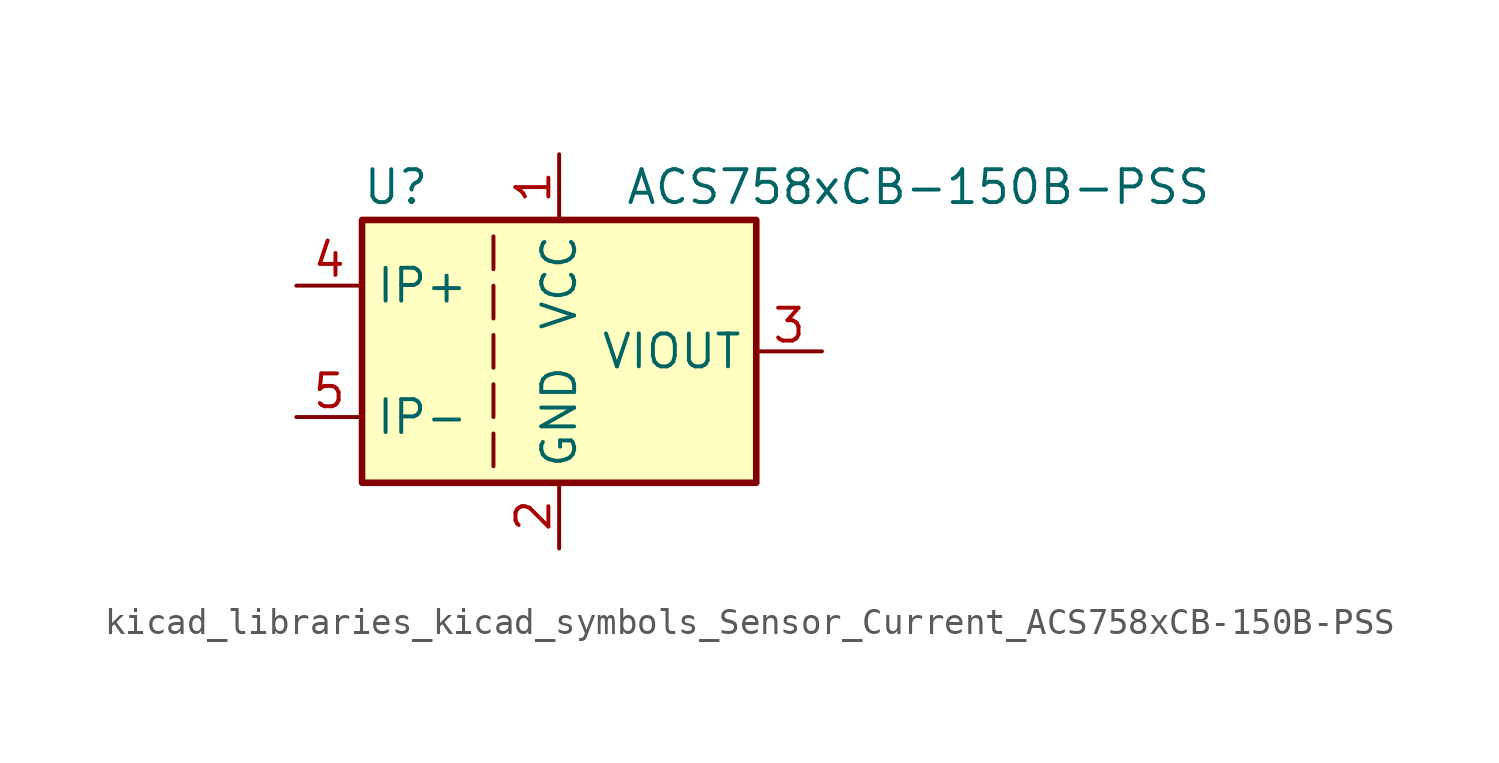
<source format=kicad_sym>
(kicad_symbol_lib
  (version 20220914)
  (generator kicad_symbol_editor)
  (symbol "kicad_libraries_kicad_symbols_Sensor_Current_ACS758xCB-150B-PSS"
    (property "Reference" "U"
      (at -7.62 6.35 0)
      (effects (font (size 1.27 1.27)) (justify left)))
    (property "Value" "ACS758xCB-150B-PSS"
      (at 2.54 6.35 0)
      (effects (font (size 1.27 1.27)) (justify left)))
    (symbol "kicad_libraries_kicad_symbols_Sensor_Current_ACS758xCB-150B-PSS_0_1"
      (rectangle (start -7.62 5.08) (end 7.62 -5.08) (stroke (width 0.254) (type default)) (fill (type background)))
      (polyline (pts (xy -2.54 -3.175) (xy -2.54 -4.445)) (stroke (width 0) (type default)) (fill (type none)))
      (polyline (pts (xy -2.54 -1.27) (xy -2.54 -2.54)) (stroke (width 0) (type default)) (fill (type none)))
      (polyline (pts (xy -2.54 0.635) (xy -2.54 -0.635)) (stroke (width 0) (type default)) (fill (type none)))
      (polyline (pts (xy -2.54 1.27) (xy -2.54 2.54)) (stroke (width 0) (type default)) (fill (type none)))
      (polyline (pts (xy -2.54 3.175) (xy -2.54 4.445)) (stroke (width 0) (type default)) (fill (type none))))
    (symbol "kicad_libraries_kicad_symbols_Sensor_Current_ACS758xCB-150B-PSS_1_1"
      (pin power_in line (at 0 7.62 270) (length 2.54) (name "VCC" (effects (font (size 1.27 1.27)))) (number "1" (effects (font (size 1.27 1.27)))))
      (pin power_in line (at 0 -7.62 90) (length 2.54) (name "GND" (effects (font (size 1.27 1.27)))) (number "2" (effects (font (size 1.27 1.27)))))
      (pin output line (at 10.16 0 180) (length 2.54) (name "VIOUT" (effects (font (size 1.27 1.27)))) (number "3" (effects (font (size 1.27 1.27)))))
      (pin passive line (at -10.16 2.54 0) (length 2.54) (name "IP+" (effects (font (size 1.27 1.27)))) (number "4" (effects (font (size 1.27 1.27)))))
      (pin passive line (at -10.16 -2.54 0) (length 2.54) (name "IP-" (effects (font (size 1.27 1.27)))) (number "5" (effects (font (size 1.27 1.27))))))))
</source>
